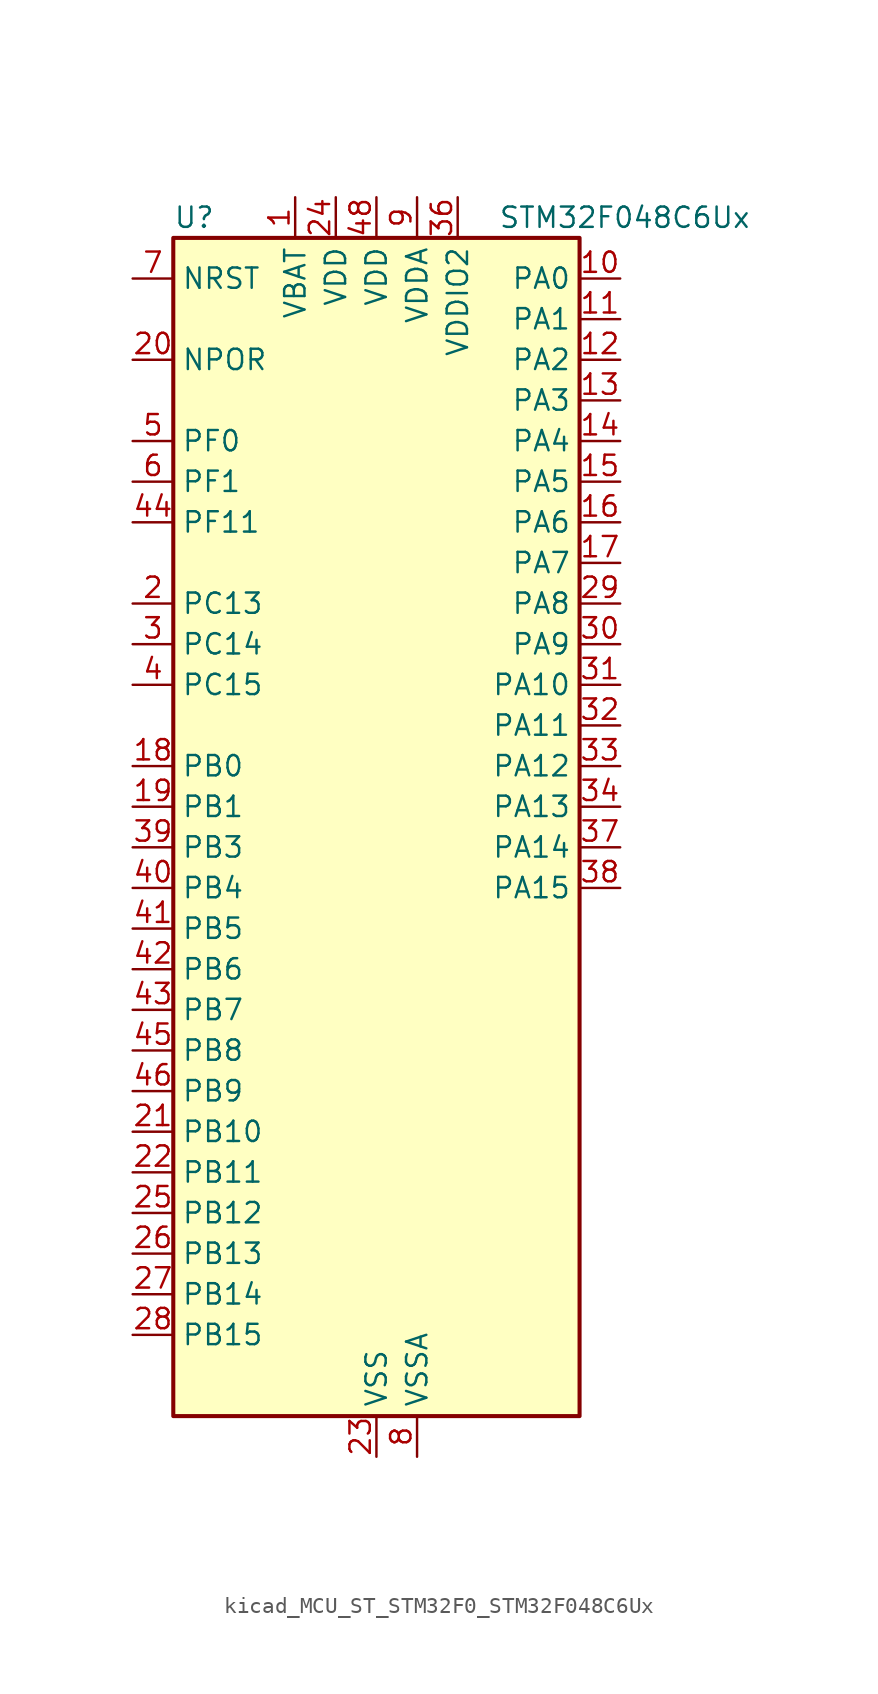
<source format=kicad_sym>
(kicad_symbol_lib
  (version 20220914)
  (generator kicad_symbol_editor)
  (symbol "kicad_MCU_ST_STM32F0_STM32F048C6Ux"
    (property "Reference" "U"
      (at -12.7 39.37 0)
      (effects (font (size 1.27 1.27)) (justify left)))
    (property "Value" "STM32F048C6Ux"
      (at 7.62 39.37 0)
      (effects (font (size 1.27 1.27)) (justify left)))
    (property "ki_locked" ""
      (at 0 0 0)
      (effects (font (size 1.27 1.27))))
    (symbol "kicad_MCU_ST_STM32F0_STM32F048C6Ux_0_1"
      (rectangle (start -12.7 -35.56) (end 12.7 38.1) (stroke (width 0.254) (type default)) (fill (type background))))
    (symbol "kicad_MCU_ST_STM32F0_STM32F048C6Ux_1_1"
      (pin power_in line (at -5.08 40.64 270) (length 2.54) (name "VBAT" (effects (font (size 1.27 1.27)))) (number "1" (effects (font (size 1.27 1.27)))))
      (pin bidirectional line (at 15.24 35.56 180) (length 2.54) (name "PA0" (effects (font (size 1.27 1.27)))) (number "10" (effects (font (size 1.27 1.27)))) (alternate "ADC_IN0" bidirectional line) (alternate "RTC_TAMP2" bidirectional line) (alternate "SYS_WKUP1" bidirectional line) (alternate "TIM2_CH1" bidirectional line) (alternate "TIM2_ETR" bidirectional line) (alternate "TSC_G1_IO1" bidirectional line) (alternate "USART2_CTS" bidirectional line))
      (pin bidirectional line (at 15.24 33.02 180) (length 2.54) (name "PA1" (effects (font (size 1.27 1.27)))) (number "11" (effects (font (size 1.27 1.27)))) (alternate "ADC_IN1" bidirectional line) (alternate "TIM2_CH2" bidirectional line) (alternate "TSC_G1_IO2" bidirectional line) (alternate "USART2_DE" bidirectional line) (alternate "USART2_RTS" bidirectional line))
      (pin bidirectional line (at 15.24 30.48 180) (length 2.54) (name "PA2" (effects (font (size 1.27 1.27)))) (number "12" (effects (font (size 1.27 1.27)))) (alternate "ADC_IN2" bidirectional line) (alternate "SYS_WKUP4" bidirectional line) (alternate "TIM2_CH3" bidirectional line) (alternate "TSC_G1_IO3" bidirectional line) (alternate "USART2_TX" bidirectional line))
      (pin bidirectional line (at 15.24 27.94 180) (length 2.54) (name "PA3" (effects (font (size 1.27 1.27)))) (number "13" (effects (font (size 1.27 1.27)))) (alternate "ADC_IN3" bidirectional line) (alternate "TIM2_CH4" bidirectional line) (alternate "TSC_G1_IO4" bidirectional line) (alternate "USART2_RX" bidirectional line))
      (pin bidirectional line (at 15.24 25.4 180) (length 2.54) (name "PA4" (effects (font (size 1.27 1.27)))) (number "14" (effects (font (size 1.27 1.27)))) (alternate "ADC_IN4" bidirectional line) (alternate "I2S1_WS" bidirectional line) (alternate "SPI1_NSS" bidirectional line) (alternate "TIM14_CH1" bidirectional line) (alternate "TSC_G2_IO1" bidirectional line) (alternate "USART2_CK" bidirectional line) (alternate "USB_NOE" bidirectional line))
      (pin bidirectional line (at 15.24 22.86 180) (length 2.54) (name "PA5" (effects (font (size 1.27 1.27)))) (number "15" (effects (font (size 1.27 1.27)))) (alternate "ADC_IN5" bidirectional line) (alternate "CEC" bidirectional line) (alternate "I2S1_CK" bidirectional line) (alternate "SPI1_SCK" bidirectional line) (alternate "TIM2_CH1" bidirectional line) (alternate "TIM2_ETR" bidirectional line) (alternate "TSC_G2_IO2" bidirectional line))
      (pin bidirectional line (at 15.24 20.32 180) (length 2.54) (name "PA6" (effects (font (size 1.27 1.27)))) (number "16" (effects (font (size 1.27 1.27)))) (alternate "ADC_IN6" bidirectional line) (alternate "I2S1_MCK" bidirectional line) (alternate "SPI1_MISO" bidirectional line) (alternate "TIM16_CH1" bidirectional line) (alternate "TIM1_BKIN" bidirectional line) (alternate "TIM3_CH1" bidirectional line) (alternate "TSC_G2_IO3" bidirectional line))
      (pin bidirectional line (at 15.24 17.78 180) (length 2.54) (name "PA7" (effects (font (size 1.27 1.27)))) (number "17" (effects (font (size 1.27 1.27)))) (alternate "ADC_IN7" bidirectional line) (alternate "I2S1_SD" bidirectional line) (alternate "SPI1_MOSI" bidirectional line) (alternate "TIM14_CH1" bidirectional line) (alternate "TIM17_CH1" bidirectional line) (alternate "TIM1_CH1N" bidirectional line) (alternate "TIM3_CH2" bidirectional line) (alternate "TSC_G2_IO4" bidirectional line))
      (pin bidirectional line (at -15.24 5.08 0) (length 2.54) (name "PB0" (effects (font (size 1.27 1.27)))) (number "18" (effects (font (size 1.27 1.27)))) (alternate "ADC_IN8" bidirectional line) (alternate "TIM1_CH2N" bidirectional line) (alternate "TIM3_CH3" bidirectional line) (alternate "TSC_G3_IO2" bidirectional line))
      (pin bidirectional line (at -15.24 2.54 0) (length 2.54) (name "PB1" (effects (font (size 1.27 1.27)))) (number "19" (effects (font (size 1.27 1.27)))) (alternate "ADC_IN9" bidirectional line) (alternate "TIM14_CH1" bidirectional line) (alternate "TIM1_CH3N" bidirectional line) (alternate "TIM3_CH4" bidirectional line) (alternate "TSC_G3_IO3" bidirectional line))
      (pin bidirectional line (at -15.24 15.24 0) (length 2.54) (name "PC13" (effects (font (size 1.27 1.27)))) (number "2" (effects (font (size 1.27 1.27)))) (alternate "RTC_OUT_ALARM" bidirectional line) (alternate "RTC_OUT_CALIB" bidirectional line) (alternate "RTC_TAMP1" bidirectional line) (alternate "RTC_TS" bidirectional line) (alternate "SYS_WKUP2" bidirectional line))
      (pin input line (at -15.24 30.48 0) (length 2.54) (name "NPOR" (effects (font (size 1.27 1.27)))) (number "20" (effects (font (size 1.27 1.27)))))
      (pin bidirectional line (at -15.24 -17.78 0) (length 2.54) (name "PB10" (effects (font (size 1.27 1.27)))) (number "21" (effects (font (size 1.27 1.27)))) (alternate "CEC" bidirectional line) (alternate "I2C1_SCL" bidirectional line) (alternate "SPI2_SCK" bidirectional line) (alternate "TIM2_CH3" bidirectional line) (alternate "TSC_SYNC" bidirectional line))
      (pin bidirectional line (at -15.24 -20.32 0) (length 2.54) (name "PB11" (effects (font (size 1.27 1.27)))) (number "22" (effects (font (size 1.27 1.27)))) (alternate "I2C1_SDA" bidirectional line) (alternate "TIM2_CH4" bidirectional line))
      (pin power_in line (at 0 -38.1 90) (length 2.54) (name "VSS" (effects (font (size 1.27 1.27)))) (number "23" (effects (font (size 1.27 1.27)))))
      (pin power_in line (at -2.54 40.64 270) (length 2.54) (name "VDD" (effects (font (size 1.27 1.27)))) (number "24" (effects (font (size 1.27 1.27)))))
      (pin bidirectional line (at -15.24 -22.86 0) (length 2.54) (name "PB12" (effects (font (size 1.27 1.27)))) (number "25" (effects (font (size 1.27 1.27)))) (alternate "SPI2_NSS" bidirectional line) (alternate "TIM1_BKIN" bidirectional line))
      (pin bidirectional line (at -15.24 -25.4 0) (length 2.54) (name "PB13" (effects (font (size 1.27 1.27)))) (number "26" (effects (font (size 1.27 1.27)))) (alternate "I2C1_SCL" bidirectional line) (alternate "SPI2_SCK" bidirectional line) (alternate "TIM1_CH1N" bidirectional line))
      (pin bidirectional line (at -15.24 -27.94 0) (length 2.54) (name "PB14" (effects (font (size 1.27 1.27)))) (number "27" (effects (font (size 1.27 1.27)))) (alternate "I2C1_SDA" bidirectional line) (alternate "SPI2_MISO" bidirectional line) (alternate "TIM1_CH2N" bidirectional line))
      (pin bidirectional line (at -15.24 -30.48 0) (length 2.54) (name "PB15" (effects (font (size 1.27 1.27)))) (number "28" (effects (font (size 1.27 1.27)))) (alternate "RTC_REFIN" bidirectional line) (alternate "SPI2_MOSI" bidirectional line) (alternate "SYS_WKUP7" bidirectional line) (alternate "TIM1_CH3N" bidirectional line))
      (pin bidirectional line (at 15.24 15.24 180) (length 2.54) (name "PA8" (effects (font (size 1.27 1.27)))) (number "29" (effects (font (size 1.27 1.27)))) (alternate "CRS_SYNC" bidirectional line) (alternate "RCC_MCO" bidirectional line) (alternate "TIM1_CH1" bidirectional line) (alternate "USART1_CK" bidirectional line))
      (pin bidirectional line (at -15.24 12.7 0) (length 2.54) (name "PC14" (effects (font (size 1.27 1.27)))) (number "3" (effects (font (size 1.27 1.27)))) (alternate "RCC_OSC32_IN" bidirectional line))
      (pin bidirectional line (at 15.24 12.7 180) (length 2.54) (name "PA9" (effects (font (size 1.27 1.27)))) (number "30" (effects (font (size 1.27 1.27)))) (alternate "I2C1_SCL" bidirectional line) (alternate "TIM1_CH2" bidirectional line) (alternate "TSC_G4_IO1" bidirectional line) (alternate "USART1_TX" bidirectional line))
      (pin bidirectional line (at 15.24 10.16 180) (length 2.54) (name "PA10" (effects (font (size 1.27 1.27)))) (number "31" (effects (font (size 1.27 1.27)))) (alternate "I2C1_SDA" bidirectional line) (alternate "TIM17_BKIN" bidirectional line) (alternate "TIM1_CH3" bidirectional line) (alternate "TSC_G4_IO2" bidirectional line) (alternate "USART1_RX" bidirectional line))
      (pin bidirectional line (at 15.24 7.62 180) (length 2.54) (name "PA11" (effects (font (size 1.27 1.27)))) (number "32" (effects (font (size 1.27 1.27)))) (alternate "I2C1_SCL" bidirectional line) (alternate "TIM1_CH4" bidirectional line) (alternate "TSC_G4_IO3" bidirectional line) (alternate "USART1_CTS" bidirectional line) (alternate "USB_DM" bidirectional line))
      (pin bidirectional line (at 15.24 5.08 180) (length 2.54) (name "PA12" (effects (font (size 1.27 1.27)))) (number "33" (effects (font (size 1.27 1.27)))) (alternate "I2C1_SDA" bidirectional line) (alternate "TIM1_ETR" bidirectional line) (alternate "TSC_G4_IO4" bidirectional line) (alternate "USART1_DE" bidirectional line) (alternate "USART1_RTS" bidirectional line) (alternate "USB_DP" bidirectional line))
      (pin bidirectional line (at 15.24 2.54 180) (length 2.54) (name "PA13" (effects (font (size 1.27 1.27)))) (number "34" (effects (font (size 1.27 1.27)))) (alternate "IR_OUT" bidirectional line) (alternate "SYS_SWDIO" bidirectional line) (alternate "USB_NOE" bidirectional line))
      (pin passive line (at 0 -38.1 90) (length 2.54) hide (name "VSS" (effects (font (size 1.27 1.27)))) (number "35" (effects (font (size 1.27 1.27)))))
      (pin power_in line (at 5.08 40.64 270) (length 2.54) (name "VDDIO2" (effects (font (size 1.27 1.27)))) (number "36" (effects (font (size 1.27 1.27)))))
      (pin bidirectional line (at 15.24 0 180) (length 2.54) (name "PA14" (effects (font (size 1.27 1.27)))) (number "37" (effects (font (size 1.27 1.27)))) (alternate "SYS_SWCLK" bidirectional line) (alternate "USART2_TX" bidirectional line))
      (pin bidirectional line (at 15.24 -2.54 180) (length 2.54) (name "PA15" (effects (font (size 1.27 1.27)))) (number "38" (effects (font (size 1.27 1.27)))) (alternate "I2S1_WS" bidirectional line) (alternate "SPI1_NSS" bidirectional line) (alternate "TIM2_CH1" bidirectional line) (alternate "TIM2_ETR" bidirectional line) (alternate "USART2_RX" bidirectional line) (alternate "USB_NOE" bidirectional line))
      (pin bidirectional line (at -15.24 0 0) (length 2.54) (name "PB3" (effects (font (size 1.27 1.27)))) (number "39" (effects (font (size 1.27 1.27)))) (alternate "I2S1_CK" bidirectional line) (alternate "SPI1_SCK" bidirectional line) (alternate "TIM2_CH2" bidirectional line) (alternate "TSC_G5_IO1" bidirectional line))
      (pin bidirectional line (at -15.24 10.16 0) (length 2.54) (name "PC15" (effects (font (size 1.27 1.27)))) (number "4" (effects (font (size 1.27 1.27)))) (alternate "RCC_OSC32_OUT" bidirectional line))
      (pin bidirectional line (at -15.24 -2.54 0) (length 2.54) (name "PB4" (effects (font (size 1.27 1.27)))) (number "40" (effects (font (size 1.27 1.27)))) (alternate "I2S1_MCK" bidirectional line) (alternate "SPI1_MISO" bidirectional line) (alternate "TIM17_BKIN" bidirectional line) (alternate "TIM3_CH1" bidirectional line) (alternate "TSC_G5_IO2" bidirectional line))
      (pin bidirectional line (at -15.24 -5.08 0) (length 2.54) (name "PB5" (effects (font (size 1.27 1.27)))) (number "41" (effects (font (size 1.27 1.27)))) (alternate "I2C1_SMBA" bidirectional line) (alternate "I2S1_SD" bidirectional line) (alternate "SPI1_MOSI" bidirectional line) (alternate "SYS_WKUP6" bidirectional line) (alternate "TIM16_BKIN" bidirectional line) (alternate "TIM3_CH2" bidirectional line))
      (pin bidirectional line (at -15.24 -7.62 0) (length 2.54) (name "PB6" (effects (font (size 1.27 1.27)))) (number "42" (effects (font (size 1.27 1.27)))) (alternate "I2C1_SCL" bidirectional line) (alternate "TIM16_CH1N" bidirectional line) (alternate "TSC_G5_IO3" bidirectional line) (alternate "USART1_TX" bidirectional line))
      (pin bidirectional line (at -15.24 -10.16 0) (length 2.54) (name "PB7" (effects (font (size 1.27 1.27)))) (number "43" (effects (font (size 1.27 1.27)))) (alternate "I2C1_SDA" bidirectional line) (alternate "TIM17_CH1N" bidirectional line) (alternate "TSC_G5_IO4" bidirectional line) (alternate "USART1_RX" bidirectional line))
      (pin bidirectional line (at -15.24 20.32 0) (length 2.54) (name "PF11" (effects (font (size 1.27 1.27)))) (number "44" (effects (font (size 1.27 1.27)))))
      (pin bidirectional line (at -15.24 -12.7 0) (length 2.54) (name "PB8" (effects (font (size 1.27 1.27)))) (number "45" (effects (font (size 1.27 1.27)))) (alternate "CEC" bidirectional line) (alternate "I2C1_SCL" bidirectional line) (alternate "TIM16_CH1" bidirectional line) (alternate "TSC_SYNC" bidirectional line))
      (pin bidirectional line (at -15.24 -15.24 0) (length 2.54) (name "PB9" (effects (font (size 1.27 1.27)))) (number "46" (effects (font (size 1.27 1.27)))) (alternate "I2C1_SDA" bidirectional line) (alternate "IR_OUT" bidirectional line) (alternate "SPI2_NSS" bidirectional line) (alternate "TIM17_CH1" bidirectional line))
      (pin passive line (at 0 -38.1 90) (length 2.54) hide (name "VSS" (effects (font (size 1.27 1.27)))) (number "47" (effects (font (size 1.27 1.27)))))
      (pin power_in line (at 0 40.64 270) (length 2.54) (name "VDD" (effects (font (size 1.27 1.27)))) (number "48" (effects (font (size 1.27 1.27)))))
      (pin passive line (at 0 -38.1 90) (length 2.54) hide (name "VSS" (effects (font (size 1.27 1.27)))) (number "49" (effects (font (size 1.27 1.27)))))
      (pin bidirectional line (at -15.24 25.4 0) (length 2.54) (name "PF0" (effects (font (size 1.27 1.27)))) (number "5" (effects (font (size 1.27 1.27)))) (alternate "CRS_SYNC" bidirectional line) (alternate "I2C1_SDA" bidirectional line) (alternate "RCC_OSC_IN" bidirectional line))
      (pin bidirectional line (at -15.24 22.86 0) (length 2.54) (name "PF1" (effects (font (size 1.27 1.27)))) (number "6" (effects (font (size 1.27 1.27)))) (alternate "I2C1_SCL" bidirectional line) (alternate "RCC_OSC_OUT" bidirectional line))
      (pin input line (at -15.24 35.56 0) (length 2.54) (name "NRST" (effects (font (size 1.27 1.27)))) (number "7" (effects (font (size 1.27 1.27)))))
      (pin power_in line (at 2.54 -38.1 90) (length 2.54) (name "VSSA" (effects (font (size 1.27 1.27)))) (number "8" (effects (font (size 1.27 1.27)))))
      (pin power_in line (at 2.54 40.64 270) (length 2.54) (name "VDDA" (effects (font (size 1.27 1.27)))) (number "9" (effects (font (size 1.27 1.27))))))))
</source>
